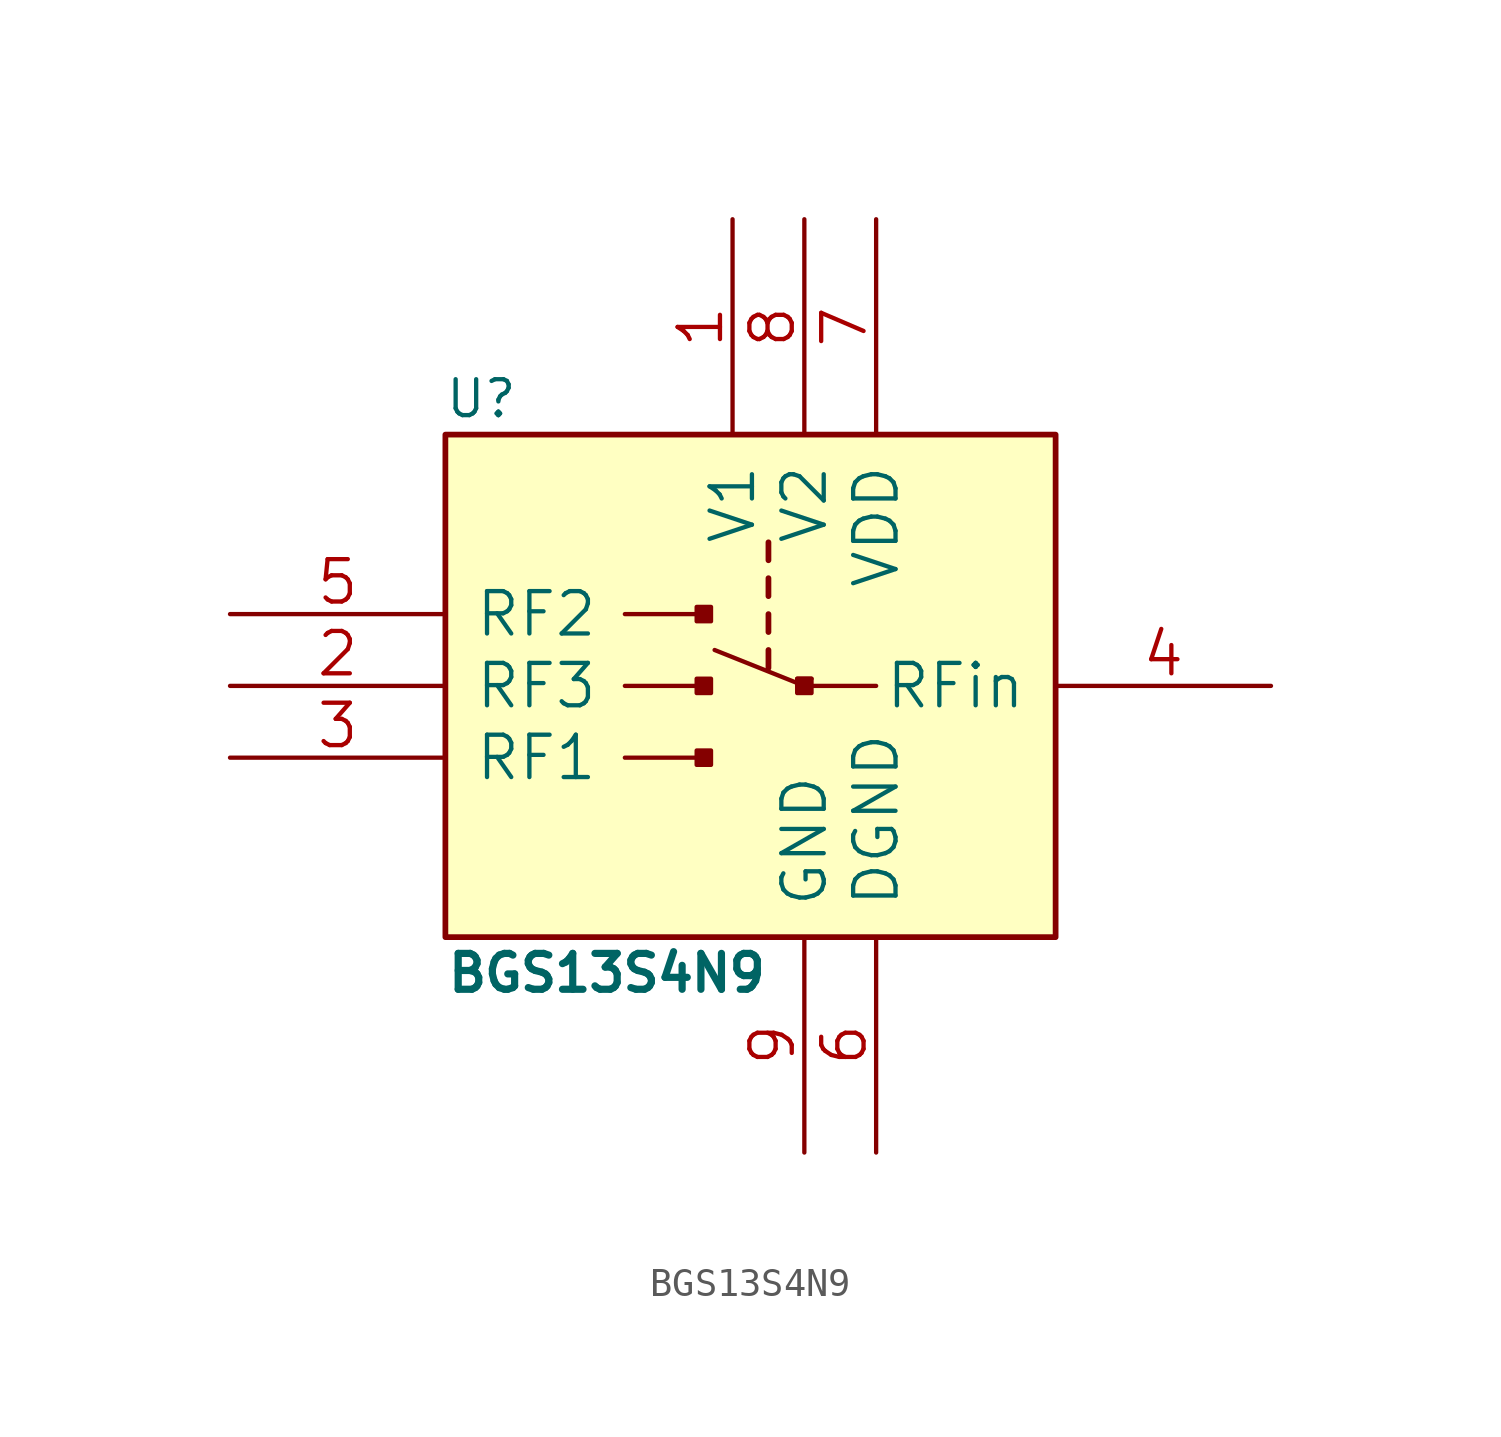
<source format=kicad_sym>
(kicad_symbol_lib
  (version 20211014)
  (generator kicad_symbol_editor)
  (symbol "BGS13S4N9"
    (pin_names
      (offset 1.016))
    (property "Reference" "U"
      (at -11.43 10.16 0)
      (effects (font (size 1.27 1.27))))
    (property "Value" "BGS13S4N9"
      (at -6.985 -10.16 0)
      (effects (font (size 1.27 1.27) bold)))
    (symbol "BGS13S4N9_0_1"
      (rectangle (start -12.7 8.89) (end 8.89 -8.89) (stroke (width 0.203) (type default) (color 0 0 0 0)) (fill (type background)))
      (rectangle (start -3.81 -2.286) (end -3.302 -2.794) (stroke (width 0) (type default) (color 0 0 0 0)) (fill (type outline)))
      (rectangle (start -3.81 0.254) (end -3.302 -0.254) (stroke (width 0) (type default) (color 0 0 0 0)) (fill (type outline)))
      (rectangle (start -3.81 2.794) (end -3.302 2.286) (stroke (width 0) (type default) (color 0 0 0 0)) (fill (type outline)))
      (polyline (pts (xy -6.35 -2.54) (xy -3.81 -2.54)) (stroke (width 0) (type default) (color 0 0 0 0)) (fill (type none)))
      (polyline (pts (xy -6.35 0) (xy -3.81 0)) (stroke (width 0) (type default) (color 0 0 0 0)) (fill (type none)))
      (polyline (pts (xy -6.35 2.54) (xy -3.81 2.54)) (stroke (width 0) (type default) (color 0 0 0 0)) (fill (type none)))
      (polyline (pts (xy -1.27 1.27) (xy -1.27 0.635)) (stroke (width 0.203) (type default) (color 0 0 0 0)) (fill (type none)))
      (polyline (pts (xy -1.27 2.54) (xy -1.27 1.905)) (stroke (width 0.203) (type default) (color 0 0 0 0)) (fill (type none)))
      (polyline (pts (xy -1.27 3.81) (xy -1.27 3.175)) (stroke (width 0.203) (type default) (color 0 0 0 0)) (fill (type none)))
      (polyline (pts (xy -1.27 5.08) (xy -1.27 4.445)) (stroke (width 0.203) (type default) (color 0 0 0 0)) (fill (type none)))
      (polyline (pts (xy 0 0) (xy -3.175 1.27)) (stroke (width 0) (type default) (color 0 0 0 0)) (fill (type none)))
      (polyline (pts (xy 2.54 0) (xy 0 0)) (stroke (width 0) (type default) (color 0 0 0 0)) (fill (type none)))
      (rectangle (start 0.254 0.254) (end -0.254 -0.254) (stroke (width 0) (type default) (color 0 0 0 0)) (fill (type outline)))
      (rectangle (start 0.254 0.254) (end -0.254 0.254) (stroke (width 0) (type default) (color 0 0 0 0)) (fill (type none))))
    (symbol "BGS13S4N9_1_1"
      (pin input line (at -2.54 16.51 270) (length 7.62) (name "V1" (effects (font (size 1.499 1.499)))) (number "1" (effects (font (size 1.499 1.499)))))
      (pin bidirectional line (at -20.32 0 0) (length 7.62) (name "RF3" (effects (font (size 1.499 1.499)))) (number "2" (effects (font (size 1.499 1.499)))))
      (pin bidirectional line (at -20.32 -2.54 0) (length 7.62) (name "RF1" (effects (font (size 1.499 1.499)))) (number "3" (effects (font (size 1.499 1.499)))))
      (pin bidirectional line (at 16.51 0 180) (length 7.62) (name "RFin" (effects (font (size 1.499 1.499)))) (number "4" (effects (font (size 1.499 1.499)))))
      (pin bidirectional line (at -20.32 2.54 0) (length 7.62) (name "RF2" (effects (font (size 1.499 1.499)))) (number "5" (effects (font (size 1.499 1.499)))))
      (pin passive line (at 2.54 -16.51 90) (length 7.62) (name "DGND" (effects (font (size 1.499 1.499)))) (number "6" (effects (font (size 1.499 1.499)))))
      (pin power_in line (at 2.54 16.51 270) (length 7.62) (name "VDD" (effects (font (size 1.499 1.499)))) (number "7" (effects (font (size 1.499 1.499)))))
      (pin input line (at 0 16.51 270) (length 7.62) (name "V2" (effects (font (size 1.499 1.499)))) (number "8" (effects (font (size 1.499 1.499)))))
      (pin passive line (at 0 -16.51 90) (length 7.62) (name "GND" (effects (font (size 1.499 1.499)))) (number "9" (effects (font (size 1.499 1.499))))))))
</source>
